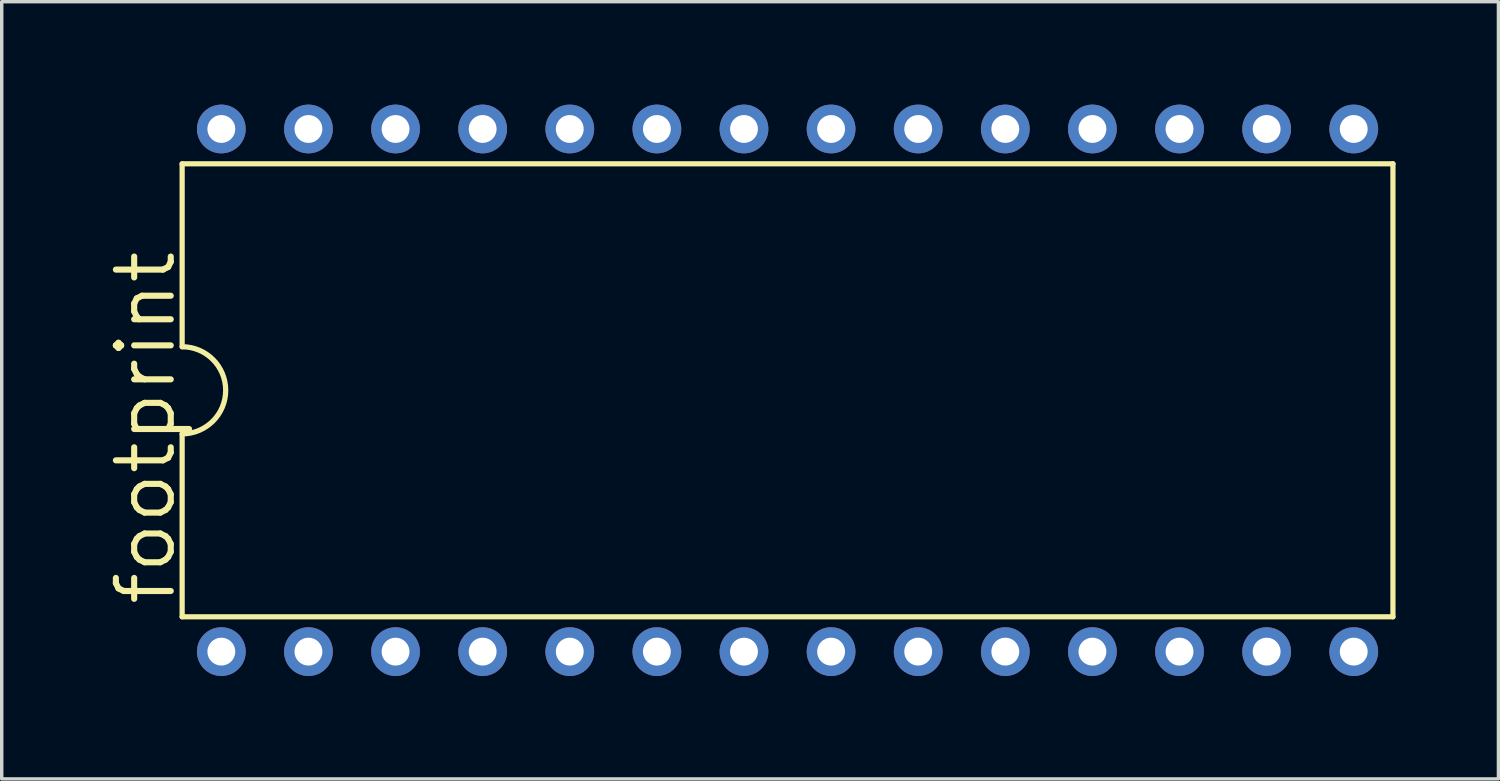
<source format=kicad_pcb>
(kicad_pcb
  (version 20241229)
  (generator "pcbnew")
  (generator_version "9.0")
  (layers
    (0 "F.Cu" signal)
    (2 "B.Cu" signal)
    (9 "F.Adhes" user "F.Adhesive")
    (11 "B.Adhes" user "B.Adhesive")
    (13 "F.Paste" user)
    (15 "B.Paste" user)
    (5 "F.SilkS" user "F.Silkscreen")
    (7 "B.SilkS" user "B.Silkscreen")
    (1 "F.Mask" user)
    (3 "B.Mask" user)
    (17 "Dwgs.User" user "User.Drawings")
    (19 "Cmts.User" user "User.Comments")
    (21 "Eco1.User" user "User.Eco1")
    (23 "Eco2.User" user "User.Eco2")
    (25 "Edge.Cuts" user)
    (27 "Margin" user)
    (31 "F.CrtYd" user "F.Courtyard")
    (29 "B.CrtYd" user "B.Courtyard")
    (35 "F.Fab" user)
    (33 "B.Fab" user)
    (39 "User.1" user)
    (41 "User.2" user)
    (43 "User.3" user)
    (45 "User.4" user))
  (footprint "footprint"
    (layer "F.Cu")
    (at 19.914 8.331)
    (property "Reference" "footprint" (at -17.78 6.35 90) (layer "F.SilkS") (effects (font (size 1.6 1.6) (thickness 0.178)) (justify left bottom)))
    (fp_line (start -17.653 -6.604) (end -17.653 -1.27) (stroke (width 0.152) (type solid)) (layer "F.SilkS"))
    (fp_line (start -17.653 -6.604) (end 17.653 -6.604) (stroke (width 0.152) (type solid)) (layer "F.SilkS"))
    (fp_line (start -17.653 1.27) (end -17.653 6.604) (stroke (width 0.152) (type solid)) (layer "F.SilkS"))
    (fp_line (start -17.653 6.604) (end 17.653 6.604) (stroke (width 0.152) (type solid)) (layer "F.SilkS"))
    (fp_line (start 17.653 6.604) (end 17.653 -6.604) (stroke (width 0.152) (type solid)) (layer "F.SilkS"))
    (fp_arc (start -17.653 -1.27) (mid -16.383 0) (end -17.653 1.27) (stroke (width 0.1524) (type solid)) (layer "F.SilkS"))
    (pad "1" thru_hole circle (at -16.51 7.62 90) (size 1.422 1.422) (drill 0.813) (layers "*.Cu" "*.Mask"))
    (pad "2" thru_hole circle (at -13.97 7.62 90) (size 1.422 1.422) (drill 0.813) (layers "*.Cu" "*.Mask"))
    (pad "3" thru_hole circle (at -11.43 7.62 90) (size 1.422 1.422) (drill 0.813) (layers "*.Cu" "*.Mask"))
    (pad "4" thru_hole circle (at -8.89 7.62 90) (size 1.422 1.422) (drill 0.813) (layers "*.Cu" "*.Mask"))
    (pad "5" thru_hole circle (at -6.35 7.62 90) (size 1.422 1.422) (drill 0.813) (layers "*.Cu" "*.Mask"))
    (pad "6" thru_hole circle (at -3.81 7.62 90) (size 1.422 1.422) (drill 0.813) (layers "*.Cu" "*.Mask"))
    (pad "7" thru_hole circle (at -1.27 7.62 90) (size 1.422 1.422) (drill 0.813) (layers "*.Cu" "*.Mask"))
    (pad "8" thru_hole circle (at 1.27 7.62 90) (size 1.422 1.422) (drill 0.813) (layers "*.Cu" "*.Mask"))
    (pad "9" thru_hole circle (at 3.81 7.62 90) (size 1.422 1.422) (drill 0.813) (layers "*.Cu" "*.Mask"))
    (pad "10" thru_hole circle (at 6.35 7.62 90) (size 1.422 1.422) (drill 0.813) (layers "*.Cu" "*.Mask"))
    (pad "11" thru_hole circle (at 8.89 7.62 90) (size 1.422 1.422) (drill 0.813) (layers "*.Cu" "*.Mask"))
    (pad "12" thru_hole circle (at 11.43 7.62 90) (size 1.422 1.422) (drill 0.813) (layers "*.Cu" "*.Mask"))
    (pad "13" thru_hole circle (at 13.97 7.62 90) (size 1.422 1.422) (drill 0.813) (layers "*.Cu" "*.Mask"))
    (pad "14" thru_hole circle (at 16.51 7.62 90) (size 1.422 1.422) (drill 0.813) (layers "*.Cu" "*.Mask"))
    (pad "15" thru_hole circle (at 16.51 -7.62 90) (size 1.422 1.422) (drill 0.813) (layers "*.Cu" "*.Mask"))
    (pad "16" thru_hole circle (at 13.97 -7.62 90) (size 1.422 1.422) (drill 0.813) (layers "*.Cu" "*.Mask"))
    (pad "17" thru_hole circle (at 11.43 -7.62 90) (size 1.422 1.422) (drill 0.813) (layers "*.Cu" "*.Mask"))
    (pad "18" thru_hole circle (at 8.89 -7.62 90) (size 1.422 1.422) (drill 0.813) (layers "*.Cu" "*.Mask"))
    (pad "19" thru_hole circle (at 6.35 -7.62 90) (size 1.422 1.422) (drill 0.813) (layers "*.Cu" "*.Mask"))
    (pad "20" thru_hole circle (at 3.81 -7.62 90) (size 1.422 1.422) (drill 0.813) (layers "*.Cu" "*.Mask"))
    (pad "21" thru_hole circle (at 1.27 -7.62 90) (size 1.422 1.422) (drill 0.813) (layers "*.Cu" "*.Mask"))
    (pad "22" thru_hole circle (at -1.27 -7.62 90) (size 1.422 1.422) (drill 0.813) (layers "*.Cu" "*.Mask"))
    (pad "23" thru_hole circle (at -3.81 -7.62 90) (size 1.422 1.422) (drill 0.813) (layers "*.Cu" "*.Mask"))
    (pad "24" thru_hole circle (at -6.35 -7.62 90) (size 1.422 1.422) (drill 0.813) (layers "*.Cu" "*.Mask"))
    (pad "25" thru_hole circle (at -8.89 -7.62 90) (size 1.422 1.422) (drill 0.813) (layers "*.Cu" "*.Mask"))
    (pad "26" thru_hole circle (at -11.43 -7.62 90) (size 1.422 1.422) (drill 0.813) (layers "*.Cu" "*.Mask"))
    (pad "27" thru_hole circle (at -13.97 -7.62 90) (size 1.422 1.422) (drill 0.813) (layers "*.Cu" "*.Mask"))
    (pad "28" thru_hole circle (at -16.51 -7.62 90) (size 1.422 1.422) (drill 0.813) (layers "*.Cu" "*.Mask")))
  (gr_rect
    (start -3 -3)
    (end 40.643 19.662)
    (stroke (width 0.1) (type default))
    (fill no)
    (layer "Edge.Cuts")))
</source>
